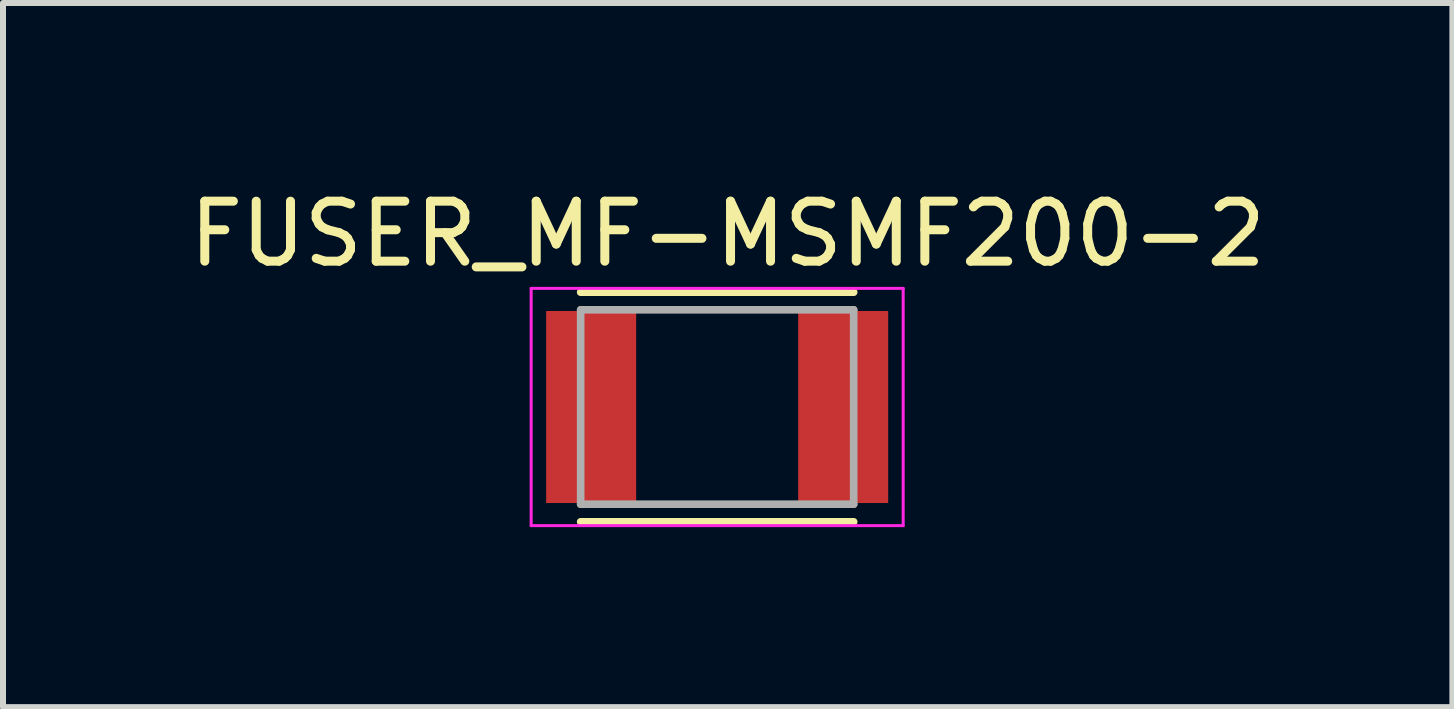
<source format=kicad_pcb>
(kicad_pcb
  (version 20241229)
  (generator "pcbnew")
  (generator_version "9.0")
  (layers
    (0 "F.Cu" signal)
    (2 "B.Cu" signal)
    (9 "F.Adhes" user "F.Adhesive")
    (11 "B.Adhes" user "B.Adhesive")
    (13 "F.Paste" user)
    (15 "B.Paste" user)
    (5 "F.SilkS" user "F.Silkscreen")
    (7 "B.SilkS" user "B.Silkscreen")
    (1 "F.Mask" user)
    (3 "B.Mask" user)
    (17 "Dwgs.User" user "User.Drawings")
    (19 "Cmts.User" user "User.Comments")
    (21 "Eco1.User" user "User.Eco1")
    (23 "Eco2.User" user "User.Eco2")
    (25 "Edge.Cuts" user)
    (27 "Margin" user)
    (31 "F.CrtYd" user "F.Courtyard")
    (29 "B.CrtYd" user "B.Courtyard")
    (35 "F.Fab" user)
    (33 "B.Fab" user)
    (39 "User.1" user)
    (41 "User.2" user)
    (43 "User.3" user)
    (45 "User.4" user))
  (footprint "FUSER_MF-MSMF200-2"
    (layer "F.Cu")
    (at 8.902 3.733)
    (property "Reference" "FUSER_MF-MSMF200-2" (at 0.175 -2.885 0) (layer "F.SilkS") (effects (font (size 1 1) (thickness 0.15))))
    (attr smd)
    (fp_line (start -2.275 1.913) (end 2.275 1.913) (stroke (width 0.127) (type solid)) (layer "F.SilkS"))
    (fp_line (start 2.275 -1.913) (end -2.275 -1.913) (stroke (width 0.127) (type solid)) (layer "F.SilkS"))
    (fp_line (start -3.1 -1.977) (end 3.1 -1.977) (stroke (width 0.05) (type solid)) (layer "F.CrtYd"))
    (fp_line (start -3.1 1.977) (end -3.1 -1.977) (stroke (width 0.05) (type solid)) (layer "F.CrtYd"))
    (fp_line (start 3.1 -1.977) (end 3.1 1.977) (stroke (width 0.05) (type solid)) (layer "F.CrtYd"))
    (fp_line (start 3.1 1.977) (end -3.1 1.977) (stroke (width 0.05) (type solid)) (layer "F.CrtYd"))
    (fp_line (start -2.275 -1.62) (end -2.275 1.62) (stroke (width 0.127) (type solid)) (layer "F.Fab"))
    (fp_line (start -2.275 1.62) (end 2.275 1.62) (stroke (width 0.127) (type solid)) (layer "F.Fab"))
    (fp_line (start 2.275 -1.62) (end -2.275 -1.62) (stroke (width 0.127) (type solid)) (layer "F.Fab"))
    (fp_line (start 2.275 1.62) (end 2.275 -1.62) (stroke (width 0.127) (type solid)) (layer "F.Fab"))
    (pad "1" smd rect (at -2.1 0) (size 1.5 3.2) (layers "F.Cu" "F.Mask" "F.Paste"))
    (pad "2" smd rect (at 2.1 0) (size 1.5 3.2) (layers "F.Cu" "F.Mask" "F.Paste")))
  (gr_rect
    (start -3 -3)
    (end 21.155 8.735)
    (stroke (width 0.1) (type default))
    (fill no)
    (layer "Edge.Cuts")))
</source>
